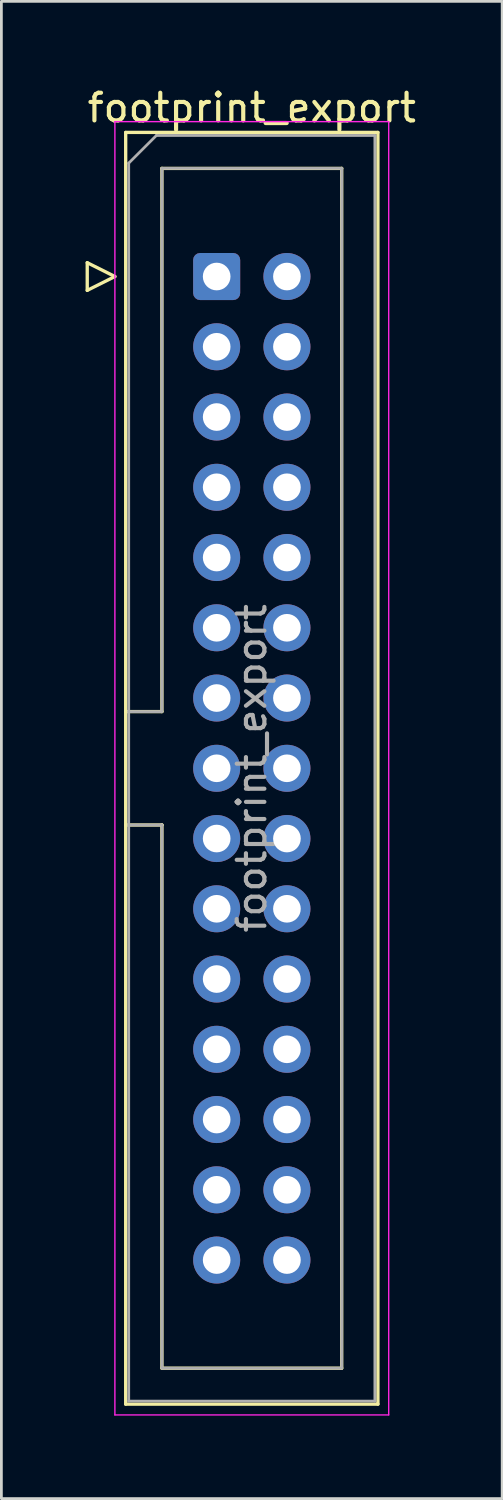
<source format=kicad_pcb>
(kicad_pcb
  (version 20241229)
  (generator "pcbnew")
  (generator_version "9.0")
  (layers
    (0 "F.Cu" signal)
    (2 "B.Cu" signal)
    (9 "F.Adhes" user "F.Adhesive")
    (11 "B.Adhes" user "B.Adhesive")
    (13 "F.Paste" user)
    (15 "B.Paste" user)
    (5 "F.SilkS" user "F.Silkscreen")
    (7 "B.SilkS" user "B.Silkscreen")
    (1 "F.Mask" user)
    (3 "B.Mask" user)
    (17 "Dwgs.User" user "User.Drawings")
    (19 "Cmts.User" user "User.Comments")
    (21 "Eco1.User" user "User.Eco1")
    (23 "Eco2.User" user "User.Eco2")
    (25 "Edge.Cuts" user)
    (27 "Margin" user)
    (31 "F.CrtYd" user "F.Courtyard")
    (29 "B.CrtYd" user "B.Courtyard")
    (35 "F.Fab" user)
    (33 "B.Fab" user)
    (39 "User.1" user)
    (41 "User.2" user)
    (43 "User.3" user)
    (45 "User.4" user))
  (footprint "footprint_export"
    (layer "F.Cu")
    (at 4.784 6.948)
    (property "Reference" "footprint_export" (at 1.27 -6.1 0) (layer "F.SilkS") (effects (font (size 1 1) (thickness 0.15))))
    (attr through_hole)
    (fp_line (start -4.68 -0.5) (end -4.68 0.5) (stroke (width 0.12) (type solid)) (layer "F.SilkS"))
    (fp_line (start -4.68 0.5) (end -3.68 0) (stroke (width 0.12) (type solid)) (layer "F.SilkS"))
    (fp_line (start -3.68 0) (end -4.68 -0.5) (stroke (width 0.12) (type solid)) (layer "F.SilkS"))
    (fp_line (start -3.29 -5.21) (end 5.83 -5.21) (stroke (width 0.12) (type solid)) (layer "F.SilkS"))
    (fp_line (start -3.29 15.73) (end -1.98 15.73) (stroke (width 0.12) (type solid)) (layer "F.SilkS"))
    (fp_line (start -3.29 40.77) (end -3.29 -5.21) (stroke (width 0.12) (type solid)) (layer "F.SilkS"))
    (fp_line (start -1.98 -3.91) (end 4.52 -3.91) (stroke (width 0.12) (type solid)) (layer "F.SilkS"))
    (fp_line (start -1.98 15.73) (end -1.98 -3.91) (stroke (width 0.12) (type solid)) (layer "F.SilkS"))
    (fp_line (start -1.98 19.83) (end -3.29 19.83) (stroke (width 0.12) (type solid)) (layer "F.SilkS"))
    (fp_line (start -1.98 19.83) (end -1.98 19.83) (stroke (width 0.12) (type solid)) (layer "F.SilkS"))
    (fp_line (start -1.98 39.47) (end -1.98 19.83) (stroke (width 0.12) (type solid)) (layer "F.SilkS"))
    (fp_line (start 4.52 -3.91) (end 4.52 39.47) (stroke (width 0.12) (type solid)) (layer "F.SilkS"))
    (fp_line (start 4.52 39.47) (end -1.98 39.47) (stroke (width 0.12) (type solid)) (layer "F.SilkS"))
    (fp_line (start 5.83 -5.21) (end 5.83 40.77) (stroke (width 0.12) (type solid)) (layer "F.SilkS"))
    (fp_line (start 5.83 40.77) (end -3.29 40.77) (stroke (width 0.12) (type solid)) (layer "F.SilkS"))
    (fp_line (start -3.68 -5.6) (end -3.68 41.16) (stroke (width 0.05) (type solid)) (layer "F.CrtYd"))
    (fp_line (start -3.68 41.16) (end 6.22 41.16) (stroke (width 0.05) (type solid)) (layer "F.CrtYd"))
    (fp_line (start 6.22 -5.6) (end -3.68 -5.6) (stroke (width 0.05) (type solid)) (layer "F.CrtYd"))
    (fp_line (start 6.22 41.16) (end 6.22 -5.6) (stroke (width 0.05) (type solid)) (layer "F.CrtYd"))
    (fp_line (start -3.18 -4.1) (end -2.18 -5.1) (stroke (width 0.1) (type solid)) (layer "F.Fab"))
    (fp_line (start -3.18 15.73) (end -1.98 15.73) (stroke (width 0.1) (type solid)) (layer "F.Fab"))
    (fp_line (start -3.18 40.66) (end -3.18 -4.1) (stroke (width 0.1) (type solid)) (layer "F.Fab"))
    (fp_line (start -2.18 -5.1) (end 5.72 -5.1) (stroke (width 0.1) (type solid)) (layer "F.Fab"))
    (fp_line (start -1.98 -3.91) (end 4.52 -3.91) (stroke (width 0.1) (type solid)) (layer "F.Fab"))
    (fp_line (start -1.98 15.73) (end -1.98 -3.91) (stroke (width 0.1) (type solid)) (layer "F.Fab"))
    (fp_line (start -1.98 19.83) (end -3.18 19.83) (stroke (width 0.1) (type solid)) (layer "F.Fab"))
    (fp_line (start -1.98 19.83) (end -1.98 19.83) (stroke (width 0.1) (type solid)) (layer "F.Fab"))
    (fp_line (start -1.98 39.47) (end -1.98 19.83) (stroke (width 0.1) (type solid)) (layer "F.Fab"))
    (fp_line (start 4.52 -3.91) (end 4.52 39.47) (stroke (width 0.1) (type solid)) (layer "F.Fab"))
    (fp_line (start 4.52 39.47) (end -1.98 39.47) (stroke (width 0.1) (type solid)) (layer "F.Fab"))
    (fp_line (start 5.72 -5.1) (end 5.72 40.66) (stroke (width 0.1) (type solid)) (layer "F.Fab"))
    (fp_line (start 5.72 40.66) (end -3.18 40.66) (stroke (width 0.1) (type solid)) (layer "F.Fab"))
    (fp_text user "${REFERENCE}" (at 1.27 17.78 90) (layer "F.Fab") (effects (font (size 1 1) (thickness 0.15))))
    (pad "1" thru_hole roundrect (at 0 0) (size 1.7 1.7) (drill 1) (layers "*.Cu" "*.Mask") (roundrect_rratio 0.147))
    (pad "2" thru_hole circle (at 2.54 0) (size 1.7 1.7) (drill 1) (layers "*.Cu" "*.Mask"))
    (pad "3" thru_hole circle (at 0 2.54) (size 1.7 1.7) (drill 1) (layers "*.Cu" "*.Mask"))
    (pad "4" thru_hole circle (at 2.54 2.54) (size 1.7 1.7) (drill 1) (layers "*.Cu" "*.Mask"))
    (pad "5" thru_hole circle (at 0 5.08) (size 1.7 1.7) (drill 1) (layers "*.Cu" "*.Mask"))
    (pad "6" thru_hole circle (at 2.54 5.08) (size 1.7 1.7) (drill 1) (layers "*.Cu" "*.Mask"))
    (pad "7" thru_hole circle (at 0 7.62) (size 1.7 1.7) (drill 1) (layers "*.Cu" "*.Mask"))
    (pad "8" thru_hole circle (at 2.54 7.62) (size 1.7 1.7) (drill 1) (layers "*.Cu" "*.Mask"))
    (pad "9" thru_hole circle (at 0 10.16) (size 1.7 1.7) (drill 1) (layers "*.Cu" "*.Mask"))
    (pad "10" thru_hole circle (at 2.54 10.16) (size 1.7 1.7) (drill 1) (layers "*.Cu" "*.Mask"))
    (pad "11" thru_hole circle (at 0 12.7) (size 1.7 1.7) (drill 1) (layers "*.Cu" "*.Mask"))
    (pad "12" thru_hole circle (at 2.54 12.7) (size 1.7 1.7) (drill 1) (layers "*.Cu" "*.Mask"))
    (pad "13" thru_hole circle (at 0 15.24) (size 1.7 1.7) (drill 1) (layers "*.Cu" "*.Mask"))
    (pad "14" thru_hole circle (at 2.54 15.24) (size 1.7 1.7) (drill 1) (layers "*.Cu" "*.Mask"))
    (pad "15" thru_hole circle (at 0 17.78) (size 1.7 1.7) (drill 1) (layers "*.Cu" "*.Mask"))
    (pad "16" thru_hole circle (at 2.54 17.78) (size 1.7 1.7) (drill 1) (layers "*.Cu" "*.Mask"))
    (pad "17" thru_hole circle (at 0 20.32) (size 1.7 1.7) (drill 1) (layers "*.Cu" "*.Mask"))
    (pad "18" thru_hole circle (at 2.54 20.32) (size 1.7 1.7) (drill 1) (layers "*.Cu" "*.Mask"))
    (pad "19" thru_hole circle (at 0 22.86) (size 1.7 1.7) (drill 1) (layers "*.Cu" "*.Mask"))
    (pad "20" thru_hole circle (at 2.54 22.86) (size 1.7 1.7) (drill 1) (layers "*.Cu" "*.Mask"))
    (pad "21" thru_hole circle (at 0 25.4) (size 1.7 1.7) (drill 1) (layers "*.Cu" "*.Mask"))
    (pad "22" thru_hole circle (at 2.54 25.4) (size 1.7 1.7) (drill 1) (layers "*.Cu" "*.Mask"))
    (pad "23" thru_hole circle (at 0 27.94) (size 1.7 1.7) (drill 1) (layers "*.Cu" "*.Mask"))
    (pad "24" thru_hole circle (at 2.54 27.94) (size 1.7 1.7) (drill 1) (layers "*.Cu" "*.Mask"))
    (pad "25" thru_hole circle (at 0 30.48) (size 1.7 1.7) (drill 1) (layers "*.Cu" "*.Mask"))
    (pad "26" thru_hole circle (at 2.54 30.48) (size 1.7 1.7) (drill 1) (layers "*.Cu" "*.Mask"))
    (pad "27" thru_hole circle (at 0 33.02) (size 1.7 1.7) (drill 1) (layers "*.Cu" "*.Mask"))
    (pad "28" thru_hole circle (at 2.54 33.02) (size 1.7 1.7) (drill 1) (layers "*.Cu" "*.Mask"))
    (pad "29" thru_hole circle (at 0 35.56) (size 1.7 1.7) (drill 1) (layers "*.Cu" "*.Mask"))
    (pad "30" thru_hole circle (at 2.54 35.56) (size 1.7 1.7) (drill 1) (layers "*.Cu" "*.Mask")))
  (gr_rect
    (start -3 -3)
    (end 15.107 51.133)
    (stroke (width 0.1) (type default))
    (fill no)
    (layer "Edge.Cuts")))
</source>
